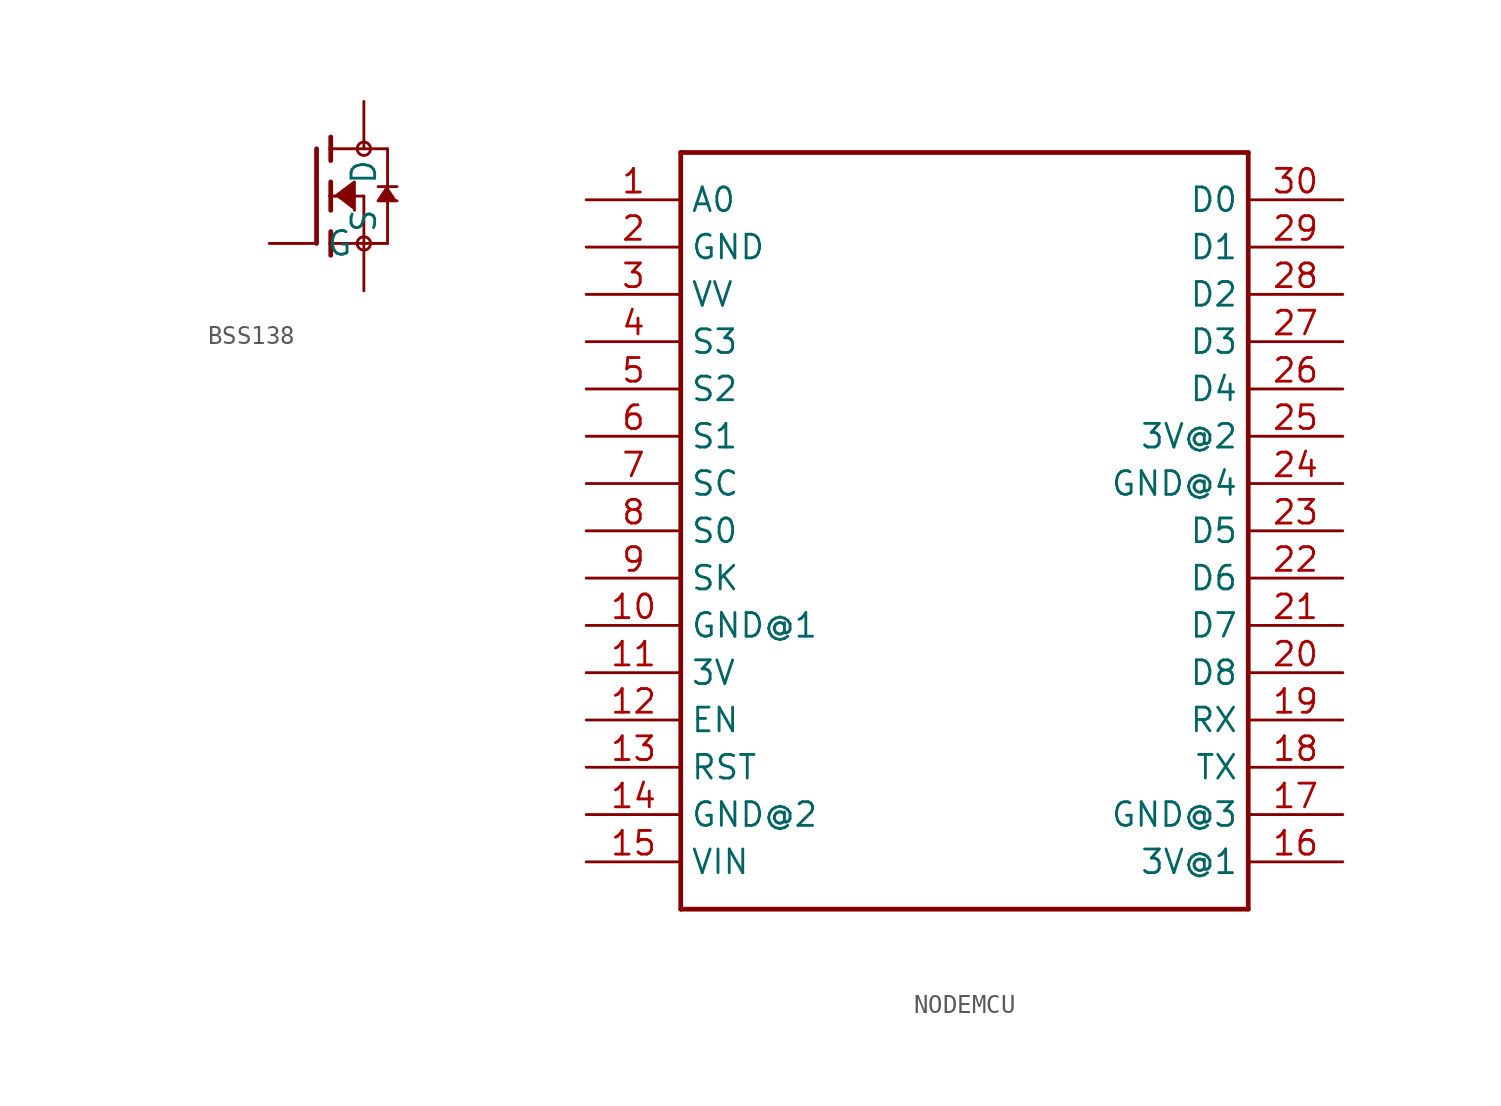
<source format=kicad_sym>
(kicad_symbol_lib
  (version 20220914)
  (generator kicad_symbol_editor)
  (symbol "BSS138"
    (property "Reference" ""
      (at -11.43 2.54 0)
      (effects (font (size 1.778 1.511)) (justify left bottom) hide))
    (property "Value" ""
      (at -11.43 0 0)
      (effects (font (size 1.778 1.511)) (justify left bottom)))
    (property "ki_locked" ""
      (at 0 0 0)
      (effects (font (size 1.27 1.27))))
    (symbol "BSS138_1_0"
      (polyline (pts (xy 0 2.54) (xy 0 -2.54)) (stroke (width 0.254) (type solid)) (fill (type none)))
      (polyline (pts (xy 0.762 -2.54) (xy 0.762 -3.175)) (stroke (width 0.254) (type solid)) (fill (type none)))
      (polyline (pts (xy 0.762 -1.905) (xy 0.762 -2.54)) (stroke (width 0.254) (type solid)) (fill (type none)))
      (polyline (pts (xy 0.762 0) (xy 0.762 -0.762)) (stroke (width 0.254) (type solid)) (fill (type none)))
      (polyline (pts (xy 0.762 0) (xy 2.54 0)) (stroke (width 0.152) (type solid)) (fill (type none)))
      (polyline (pts (xy 0.762 0.762) (xy 0.762 0)) (stroke (width 0.254) (type solid)) (fill (type none)))
      (polyline (pts (xy 0.762 2.54) (xy 0.762 1.905)) (stroke (width 0.254) (type solid)) (fill (type none)))
      (polyline (pts (xy 0.762 2.54) (xy 3.81 2.54)) (stroke (width 0.152) (type solid)) (fill (type none)))
      (polyline (pts (xy 0.762 3.175) (xy 0.762 2.54)) (stroke (width 0.254) (type solid)) (fill (type none)))
      (polyline (pts (xy 2.54 -2.54) (xy 0.762 -2.54)) (stroke (width 0.152) (type solid)) (fill (type none)))
      (polyline (pts (xy 2.54 -2.54) (xy 3.81 -2.54)) (stroke (width 0.152) (type solid)) (fill (type none)))
      (polyline (pts (xy 2.54 0) (xy 2.54 -2.54)) (stroke (width 0.152) (type solid)) (fill (type none)))
      (polyline (pts (xy 3.81 0.508) (xy 3.302 0.508)) (stroke (width 0.152) (type solid)) (fill (type none)))
      (polyline (pts (xy 3.81 0.508) (xy 3.81 -2.54)) (stroke (width 0.152) (type solid)) (fill (type none)))
      (polyline (pts (xy 3.81 2.54) (xy 3.81 0.508)) (stroke (width 0.152) (type solid)) (fill (type none)))
      (polyline (pts (xy 4.318 0.508) (xy 3.81 0.508)) (stroke (width 0.152) (type solid)) (fill (type none)))
      (polyline (pts (xy 1.016 0) (xy 2.032 0.762) (xy 2.032 -0.762)) (stroke (width 0.152) (type solid)) (fill (type outline)))
      (polyline (pts (xy 3.81 0.508) (xy 3.302 -0.254) (xy 4.318 -0.254)) (stroke (width 0.152) (type solid)) (fill (type outline)))
      (circle (center 2.54 -2.54) (radius 0.359) (stroke (width 0) (type solid)) (fill (type none)))
      (circle (center 2.54 2.54) (radius 0.359) (stroke (width 0) (type solid)) (fill (type none)))
      (pin passive line (at 2.54 5.08 270) (length 2.54) (name "D" (effects (font (size 1.27 1.27)))) (number "D" (effects (font (size 0 0)))))
      (pin passive line (at -2.54 -2.54 0) (length 2.54) (name "G" (effects (font (size 1.27 1.27)))) (number "G" (effects (font (size 0 0)))))
      (pin passive line (at 2.54 -5.08 90) (length 2.54) (name "S" (effects (font (size 1.27 1.27)))) (number "S" (effects (font (size 0 0)))))))
  (symbol "NODEMCU"
    (property "Reference" ""
      (at 0 0 0)
      (effects (font (size 1.27 1.27)) hide))
    (property "ki_locked" ""
      (at 0 0 0)
      (effects (font (size 1.27 1.27))))
    (symbol "NODEMCU_1_0"
      (polyline (pts (xy -15.24 -20.32) (xy -15.24 20.32)) (stroke (width 0.254) (type solid)) (fill (type none)))
      (polyline (pts (xy -15.24 20.32) (xy 15.24 20.32)) (stroke (width 0.254) (type solid)) (fill (type none)))
      (polyline (pts (xy 15.24 -20.32) (xy -15.24 -20.32)) (stroke (width 0.254) (type solid)) (fill (type none)))
      (polyline (pts (xy 15.24 20.32) (xy 15.24 -20.32)) (stroke (width 0.254) (type solid)) (fill (type none)))
      (pin bidirectional line (at -20.32 17.78 0) (length 5.08) (name "A0" (effects (font (size 1.27 1.27)))) (number "1" (effects (font (size 1.27 1.27)))))
      (pin power_in line (at -20.32 -5.08 0) (length 5.08) (name "GND@1" (effects (font (size 1.27 1.27)))) (number "10" (effects (font (size 1.27 1.27)))))
      (pin power_in line (at -20.32 -7.62 0) (length 5.08) (name "3V" (effects (font (size 1.27 1.27)))) (number "11" (effects (font (size 1.27 1.27)))))
      (pin bidirectional line (at -20.32 -10.16 0) (length 5.08) (name "EN" (effects (font (size 1.27 1.27)))) (number "12" (effects (font (size 1.27 1.27)))))
      (pin bidirectional line (at -20.32 -12.7 0) (length 5.08) (name "RST" (effects (font (size 1.27 1.27)))) (number "13" (effects (font (size 1.27 1.27)))))
      (pin power_in line (at -20.32 -15.24 0) (length 5.08) (name "GND@2" (effects (font (size 1.27 1.27)))) (number "14" (effects (font (size 1.27 1.27)))))
      (pin bidirectional line (at -20.32 -17.78 0) (length 5.08) (name "VIN" (effects (font (size 1.27 1.27)))) (number "15" (effects (font (size 1.27 1.27)))))
      (pin power_in line (at 20.32 -17.78 180) (length 5.08) (name "3V@1" (effects (font (size 1.27 1.27)))) (number "16" (effects (font (size 1.27 1.27)))))
      (pin power_in line (at 20.32 -15.24 180) (length 5.08) (name "GND@3" (effects (font (size 1.27 1.27)))) (number "17" (effects (font (size 1.27 1.27)))))
      (pin bidirectional line (at 20.32 -12.7 180) (length 5.08) (name "TX" (effects (font (size 1.27 1.27)))) (number "18" (effects (font (size 1.27 1.27)))))
      (pin bidirectional line (at 20.32 -10.16 180) (length 5.08) (name "RX" (effects (font (size 1.27 1.27)))) (number "19" (effects (font (size 1.27 1.27)))))
      (pin power_in line (at -20.32 15.24 0) (length 5.08) (name "GND" (effects (font (size 1.27 1.27)))) (number "2" (effects (font (size 1.27 1.27)))))
      (pin bidirectional line (at 20.32 -7.62 180) (length 5.08) (name "D8" (effects (font (size 1.27 1.27)))) (number "20" (effects (font (size 1.27 1.27)))))
      (pin bidirectional line (at 20.32 -5.08 180) (length 5.08) (name "D7" (effects (font (size 1.27 1.27)))) (number "21" (effects (font (size 1.27 1.27)))))
      (pin bidirectional line (at 20.32 -2.54 180) (length 5.08) (name "D6" (effects (font (size 1.27 1.27)))) (number "22" (effects (font (size 1.27 1.27)))))
      (pin bidirectional line (at 20.32 0 180) (length 5.08) (name "D5" (effects (font (size 1.27 1.27)))) (number "23" (effects (font (size 1.27 1.27)))))
      (pin power_in line (at 20.32 2.54 180) (length 5.08) (name "GND@4" (effects (font (size 1.27 1.27)))) (number "24" (effects (font (size 1.27 1.27)))))
      (pin power_in line (at 20.32 5.08 180) (length 5.08) (name "3V@2" (effects (font (size 1.27 1.27)))) (number "25" (effects (font (size 1.27 1.27)))))
      (pin bidirectional line (at 20.32 7.62 180) (length 5.08) (name "D4" (effects (font (size 1.27 1.27)))) (number "26" (effects (font (size 1.27 1.27)))))
      (pin bidirectional line (at 20.32 10.16 180) (length 5.08) (name "D3" (effects (font (size 1.27 1.27)))) (number "27" (effects (font (size 1.27 1.27)))))
      (pin bidirectional line (at 20.32 12.7 180) (length 5.08) (name "D2" (effects (font (size 1.27 1.27)))) (number "28" (effects (font (size 1.27 1.27)))))
      (pin bidirectional line (at 20.32 15.24 180) (length 5.08) (name "D1" (effects (font (size 1.27 1.27)))) (number "29" (effects (font (size 1.27 1.27)))))
      (pin bidirectional line (at -20.32 12.7 0) (length 5.08) (name "VV" (effects (font (size 1.27 1.27)))) (number "3" (effects (font (size 1.27 1.27)))))
      (pin bidirectional line (at 20.32 17.78 180) (length 5.08) (name "D0" (effects (font (size 1.27 1.27)))) (number "30" (effects (font (size 1.27 1.27)))))
      (pin bidirectional line (at -20.32 10.16 0) (length 5.08) (name "S3" (effects (font (size 1.27 1.27)))) (number "4" (effects (font (size 1.27 1.27)))))
      (pin bidirectional line (at -20.32 7.62 0) (length 5.08) (name "S2" (effects (font (size 1.27 1.27)))) (number "5" (effects (font (size 1.27 1.27)))))
      (pin bidirectional line (at -20.32 5.08 0) (length 5.08) (name "S1" (effects (font (size 1.27 1.27)))) (number "6" (effects (font (size 1.27 1.27)))))
      (pin bidirectional line (at -20.32 2.54 0) (length 5.08) (name "SC" (effects (font (size 1.27 1.27)))) (number "7" (effects (font (size 1.27 1.27)))))
      (pin bidirectional line (at -20.32 0 0) (length 5.08) (name "S0" (effects (font (size 1.27 1.27)))) (number "8" (effects (font (size 1.27 1.27)))))
      (pin bidirectional line (at -20.32 -2.54 0) (length 5.08) (name "SK" (effects (font (size 1.27 1.27)))) (number "9" (effects (font (size 1.27 1.27))))))))
</source>
